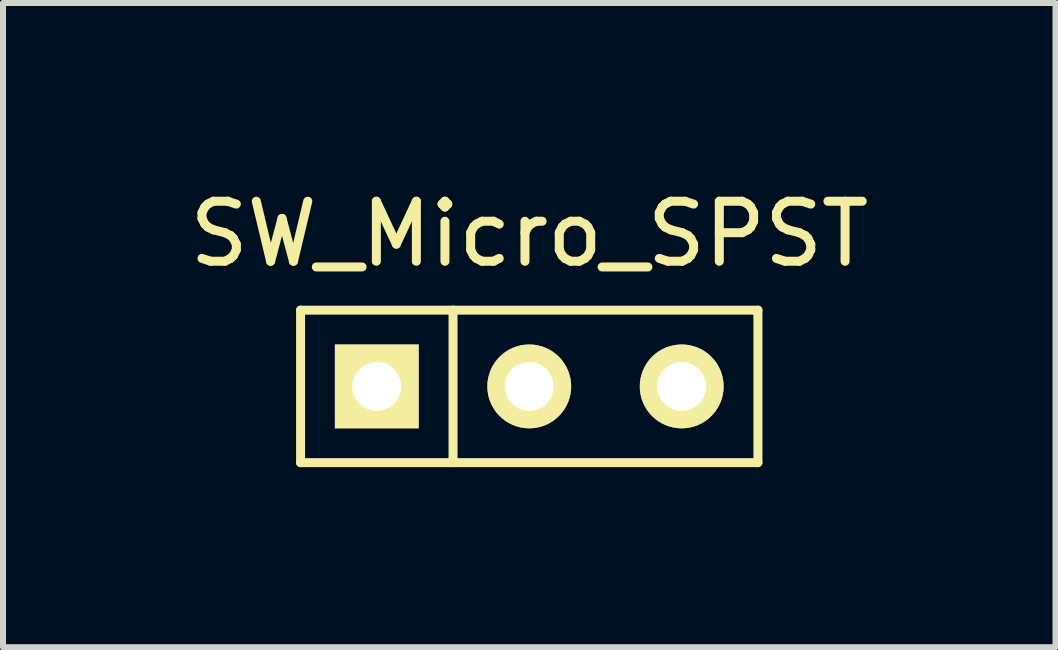
<source format=kicad_pcb>
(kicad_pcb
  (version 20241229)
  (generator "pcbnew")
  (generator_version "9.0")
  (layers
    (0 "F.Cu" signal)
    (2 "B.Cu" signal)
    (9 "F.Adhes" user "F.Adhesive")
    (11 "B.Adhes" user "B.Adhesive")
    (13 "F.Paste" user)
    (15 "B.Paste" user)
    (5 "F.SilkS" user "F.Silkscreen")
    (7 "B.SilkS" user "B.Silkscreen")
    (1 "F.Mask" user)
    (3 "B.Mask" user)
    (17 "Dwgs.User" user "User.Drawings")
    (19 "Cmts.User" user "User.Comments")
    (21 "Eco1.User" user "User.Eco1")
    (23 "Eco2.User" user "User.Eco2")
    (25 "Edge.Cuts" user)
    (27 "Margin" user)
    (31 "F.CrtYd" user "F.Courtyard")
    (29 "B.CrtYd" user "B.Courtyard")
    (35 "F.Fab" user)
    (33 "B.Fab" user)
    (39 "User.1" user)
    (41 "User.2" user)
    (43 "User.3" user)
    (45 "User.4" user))
  (footprint "SW_Micro_SPST"
    (layer "F.Cu")
    (at 5.768 3.388)
    (property "Reference" "SW_Micro_SPST" (at 0 -2.54 0) (layer "F.SilkS") (effects (font (size 1 1) (thickness 0.15))))
    (attr through_hole)
    (fp_line (start -3.81 -1.27) (end 3.81 -1.27) (stroke (width 0.15) (type solid)) (layer "F.SilkS"))
    (fp_line (start -3.81 1.27) (end -3.81 -1.27) (stroke (width 0.15) (type solid)) (layer "F.SilkS"))
    (fp_line (start -1.27 -1.27) (end -1.27 1.27) (stroke (width 0.15) (type solid)) (layer "F.SilkS"))
    (fp_line (start 3.81 -1.27) (end 3.81 1.27) (stroke (width 0.15) (type solid)) (layer "F.SilkS"))
    (fp_line (start 3.81 1.27) (end -3.81 1.27) (stroke (width 0.15) (type solid)) (layer "F.SilkS"))
    (pad "1" thru_hole circle (at 0 0) (size 1.397 1.397) (drill 0.813) (layers "*.Cu" "*.Mask" "F.SilkS"))
    (pad "2" thru_hole rect (at -2.54 0) (size 1.397 1.397) (drill 0.813) (layers "*.Cu" "*.Mask" "F.SilkS"))
    (pad "3" thru_hole circle (at 2.54 0) (size 1.397 1.397) (drill 0.813) (layers "*.Cu" "*.Mask" "F.SilkS")))
  (gr_rect
    (start -3 -3)
    (end 14.536 7.733)
    (stroke (width 0.1) (type default))
    (fill no)
    (layer "Edge.Cuts")))
</source>
